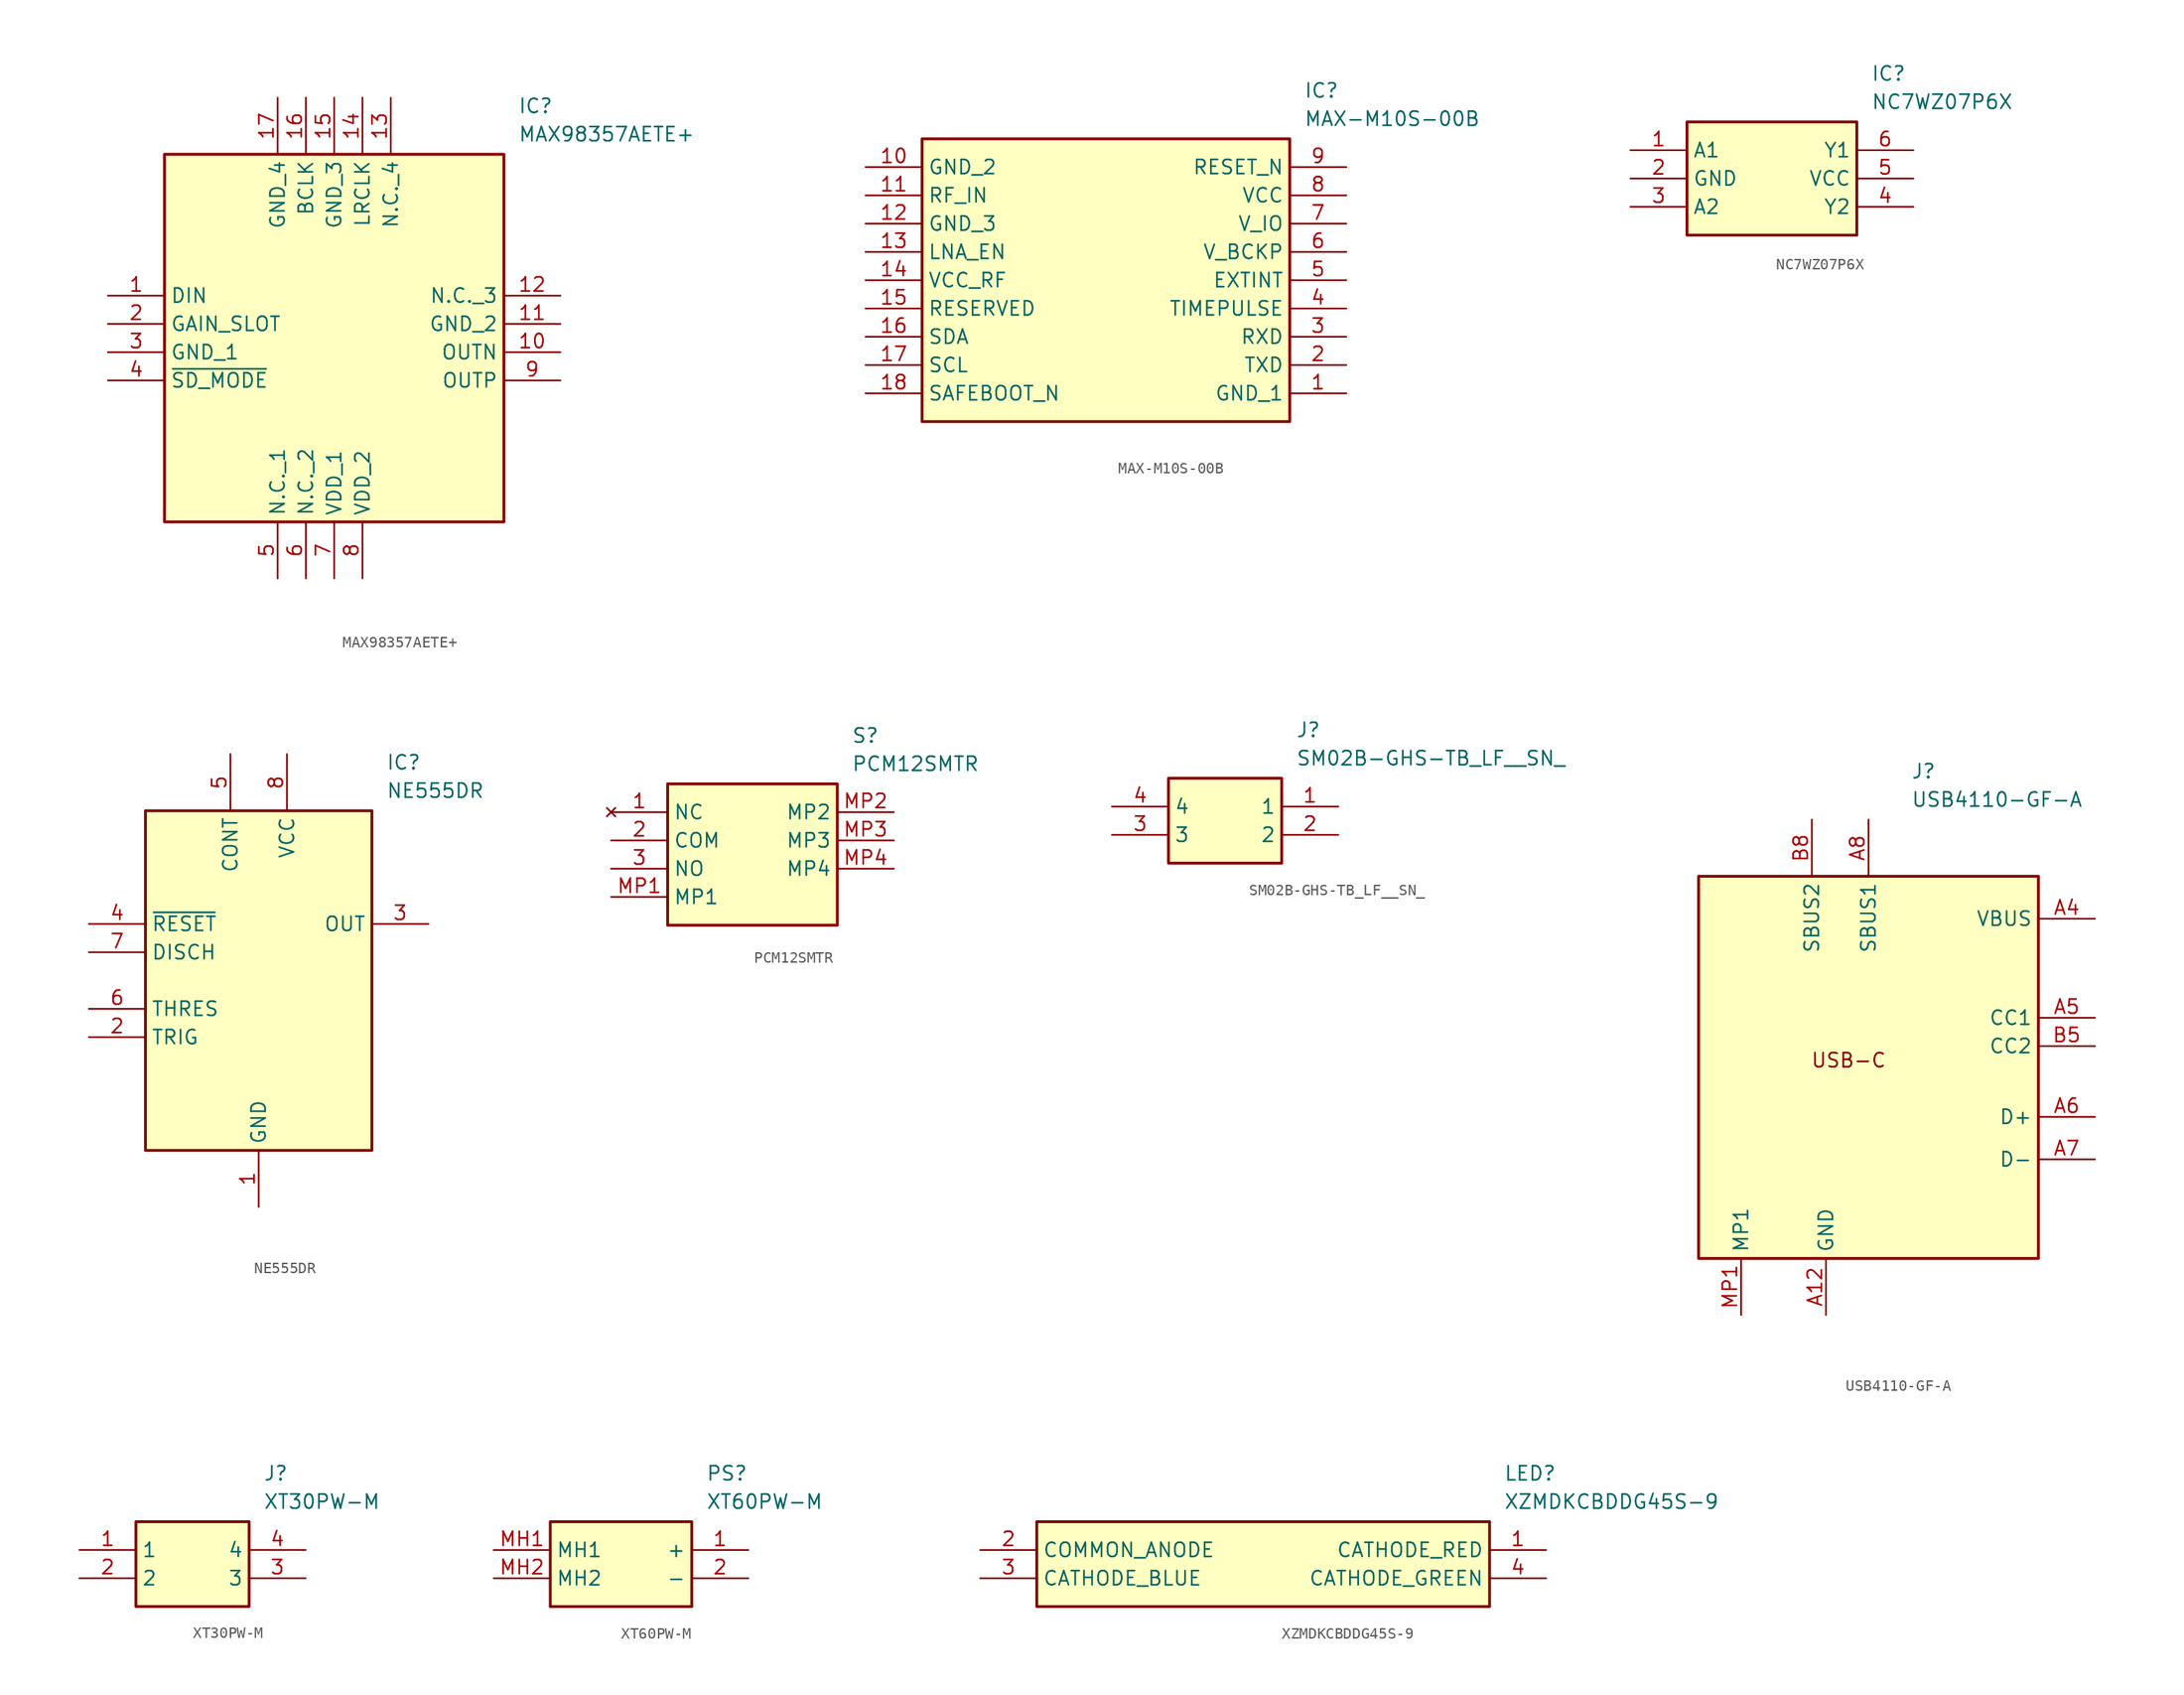
<source format=kicad_sym>
(kicad_symbol_lib
  (version 20241209)
  (generator "kicad_symbol_editor")
  (generator_version "9.0")
  (symbol "MAX98357AETE+"
    (property "Reference" "IC"
      (at 36.83 17.78 0)
      (effects (font (size 1.27 1.27)) (justify left top)))
    (property "Value" "MAX98357AETE+"
      (at 36.83 15.24 0)
      (effects (font (size 1.27 1.27)) (justify left top)))
    (symbol "MAX98357AETE+_1_1"
      (rectangle (start 5.08 12.7) (end 35.56 -20.32) (stroke (width 0.254) (type default)) (fill (type background)))
      (pin passive line (at 0 0 0) (length 5.08) (name "DIN" (effects (font (size 1.27 1.27)))) (number "1" (effects (font (size 1.27 1.27)))))
      (pin passive line (at 0 -2.54 0) (length 5.08) (name "GAIN_SLOT" (effects (font (size 1.27 1.27)))) (number "2" (effects (font (size 1.27 1.27)))))
      (pin passive line (at 0 -5.08 0) (length 5.08) (name "GND_1" (effects (font (size 1.27 1.27)))) (number "3" (effects (font (size 1.27 1.27)))))
      (pin passive line (at 0 -7.62 0) (length 5.08) (name "~{SD_MODE}" (effects (font (size 1.27 1.27)))) (number "4" (effects (font (size 1.27 1.27)))))
      (pin passive line (at 15.24 17.78 270) (length 5.08) (name "GND_4" (effects (font (size 1.27 1.27)))) (number "17" (effects (font (size 1.27 1.27)))))
      (pin passive line (at 15.24 -25.4 90) (length 5.08) (name "N.C._1" (effects (font (size 1.27 1.27)))) (number "5" (effects (font (size 1.27 1.27)))))
      (pin passive line (at 17.78 17.78 270) (length 5.08) (name "BCLK" (effects (font (size 1.27 1.27)))) (number "16" (effects (font (size 1.27 1.27)))))
      (pin passive line (at 17.78 -25.4 90) (length 5.08) (name "N.C._2" (effects (font (size 1.27 1.27)))) (number "6" (effects (font (size 1.27 1.27)))))
      (pin passive line (at 20.32 17.78 270) (length 5.08) (name "GND_3" (effects (font (size 1.27 1.27)))) (number "15" (effects (font (size 1.27 1.27)))))
      (pin passive line (at 20.32 -25.4 90) (length 5.08) (name "VDD_1" (effects (font (size 1.27 1.27)))) (number "7" (effects (font (size 1.27 1.27)))))
      (pin passive line (at 22.86 17.78 270) (length 5.08) (name "LRCLK" (effects (font (size 1.27 1.27)))) (number "14" (effects (font (size 1.27 1.27)))))
      (pin passive line (at 22.86 -25.4 90) (length 5.08) (name "VDD_2" (effects (font (size 1.27 1.27)))) (number "8" (effects (font (size 1.27 1.27)))))
      (pin passive line (at 25.4 17.78 270) (length 5.08) (name "N.C._4" (effects (font (size 1.27 1.27)))) (number "13" (effects (font (size 1.27 1.27)))))
      (pin passive line (at 40.64 0 180) (length 5.08) (name "N.C._3" (effects (font (size 1.27 1.27)))) (number "12" (effects (font (size 1.27 1.27)))))
      (pin passive line (at 40.64 -2.54 180) (length 5.08) (name "GND_2" (effects (font (size 1.27 1.27)))) (number "11" (effects (font (size 1.27 1.27)))))
      (pin passive line (at 40.64 -5.08 180) (length 5.08) (name "OUTN" (effects (font (size 1.27 1.27)))) (number "10" (effects (font (size 1.27 1.27)))))
      (pin passive line (at 40.64 -7.62 180) (length 5.08) (name "OUTP" (effects (font (size 1.27 1.27)))) (number "9" (effects (font (size 1.27 1.27)))))))
  (symbol "MAX-M10S-00B"
    (property "Reference" "IC"
      (at 39.37 7.62 0)
      (effects (font (size 1.27 1.27)) (justify left top)))
    (property "Value" "MAX-M10S-00B"
      (at 39.37 5.08 0)
      (effects (font (size 1.27 1.27)) (justify left top)))
    (symbol "MAX-M10S-00B_1_1"
      (rectangle (start 5.08 2.54) (end 38.1 -22.86) (stroke (width 0.254) (type default)) (fill (type background)))
      (pin passive line (at 0 0 0) (length 5.08) (name "GND_2" (effects (font (size 1.27 1.27)))) (number "10" (effects (font (size 1.27 1.27)))))
      (pin passive line (at 0 -2.54 0) (length 5.08) (name "RF_IN" (effects (font (size 1.27 1.27)))) (number "11" (effects (font (size 1.27 1.27)))))
      (pin passive line (at 0 -5.08 0) (length 5.08) (name "GND_3" (effects (font (size 1.27 1.27)))) (number "12" (effects (font (size 1.27 1.27)))))
      (pin passive line (at 0 -7.62 0) (length 5.08) (name "LNA_EN" (effects (font (size 1.27 1.27)))) (number "13" (effects (font (size 1.27 1.27)))))
      (pin passive line (at 0 -10.16 0) (length 5.08) (name "VCC_RF" (effects (font (size 1.27 1.27)))) (number "14" (effects (font (size 1.27 1.27)))))
      (pin passive line (at 0 -12.7 0) (length 5.08) (name "RESERVED" (effects (font (size 1.27 1.27)))) (number "15" (effects (font (size 1.27 1.27)))))
      (pin passive line (at 0 -15.24 0) (length 5.08) (name "SDA" (effects (font (size 1.27 1.27)))) (number "16" (effects (font (size 1.27 1.27)))))
      (pin passive line (at 0 -17.78 0) (length 5.08) (name "SCL" (effects (font (size 1.27 1.27)))) (number "17" (effects (font (size 1.27 1.27)))))
      (pin passive line (at 0 -20.32 0) (length 5.08) (name "SAFEBOOT_N" (effects (font (size 1.27 1.27)))) (number "18" (effects (font (size 1.27 1.27)))))
      (pin passive line (at 43.18 0 180) (length 5.08) (name "RESET_N" (effects (font (size 1.27 1.27)))) (number "9" (effects (font (size 1.27 1.27)))))
      (pin passive line (at 43.18 -2.54 180) (length 5.08) (name "VCC" (effects (font (size 1.27 1.27)))) (number "8" (effects (font (size 1.27 1.27)))))
      (pin passive line (at 43.18 -5.08 180) (length 5.08) (name "V_IO" (effects (font (size 1.27 1.27)))) (number "7" (effects (font (size 1.27 1.27)))))
      (pin passive line (at 43.18 -7.62 180) (length 5.08) (name "V_BCKP" (effects (font (size 1.27 1.27)))) (number "6" (effects (font (size 1.27 1.27)))))
      (pin passive line (at 43.18 -10.16 180) (length 5.08) (name "EXTINT" (effects (font (size 1.27 1.27)))) (number "5" (effects (font (size 1.27 1.27)))))
      (pin passive line (at 43.18 -12.7 180) (length 5.08) (name "TIMEPULSE" (effects (font (size 1.27 1.27)))) (number "4" (effects (font (size 1.27 1.27)))))
      (pin passive line (at 43.18 -15.24 180) (length 5.08) (name "RXD" (effects (font (size 1.27 1.27)))) (number "3" (effects (font (size 1.27 1.27)))))
      (pin passive line (at 43.18 -17.78 180) (length 5.08) (name "TXD" (effects (font (size 1.27 1.27)))) (number "2" (effects (font (size 1.27 1.27)))))
      (pin passive line (at 43.18 -20.32 180) (length 5.08) (name "GND_1" (effects (font (size 1.27 1.27)))) (number "1" (effects (font (size 1.27 1.27)))))))
  (symbol "NC7WZ07P6X"
    (property "Reference" "IC"
      (at 21.59 7.62 0)
      (effects (font (size 1.27 1.27)) (justify left top)))
    (property "Value" "NC7WZ07P6X"
      (at 21.59 5.08 0)
      (effects (font (size 1.27 1.27)) (justify left top)))
    (symbol "NC7WZ07P6X_1_1"
      (rectangle (start 5.08 2.54) (end 20.32 -7.62) (stroke (width 0.254) (type default)) (fill (type background)))
      (pin passive line (at 0 0 0) (length 5.08) (name "A1" (effects (font (size 1.27 1.27)))) (number "1" (effects (font (size 1.27 1.27)))))
      (pin passive line (at 0 -2.54 0) (length 5.08) (name "GND" (effects (font (size 1.27 1.27)))) (number "2" (effects (font (size 1.27 1.27)))))
      (pin passive line (at 0 -5.08 0) (length 5.08) (name "A2" (effects (font (size 1.27 1.27)))) (number "3" (effects (font (size 1.27 1.27)))))
      (pin passive line (at 25.4 0 180) (length 5.08) (name "Y1" (effects (font (size 1.27 1.27)))) (number "6" (effects (font (size 1.27 1.27)))))
      (pin passive line (at 25.4 -2.54 180) (length 5.08) (name "VCC" (effects (font (size 1.27 1.27)))) (number "5" (effects (font (size 1.27 1.27)))))
      (pin passive line (at 25.4 -5.08 180) (length 5.08) (name "Y2" (effects (font (size 1.27 1.27)))) (number "4" (effects (font (size 1.27 1.27)))))))
  (symbol "NE555DR"
    (property "Reference" "IC"
      (at 26.67 15.24 0)
      (effects (font (size 1.27 1.27)) (justify left top)))
    (property "Value" "NE555DR"
      (at 26.67 12.7 0)
      (effects (font (size 1.27 1.27)) (justify left top)))
    (symbol "NE555DR_1_1"
      (rectangle (start 5.08 10.16) (end 25.4 -20.32) (stroke (width 0.254) (type default)) (fill (type background)))
      (pin passive line (at 0 0 0) (length 5.08) (name "~{RESET}" (effects (font (size 1.27 1.27)))) (number "4" (effects (font (size 1.27 1.27)))))
      (pin passive line (at 0 -2.54 0) (length 5.08) (name "DISCH" (effects (font (size 1.27 1.27)))) (number "7" (effects (font (size 1.27 1.27)))))
      (pin passive line (at 0 -7.62 0) (length 5.08) (name "THRES" (effects (font (size 1.27 1.27)))) (number "6" (effects (font (size 1.27 1.27)))))
      (pin passive line (at 0 -10.16 0) (length 5.08) (name "TRIG" (effects (font (size 1.27 1.27)))) (number "2" (effects (font (size 1.27 1.27)))))
      (pin passive line (at 12.7 15.24 270) (length 5.08) (name "CONT" (effects (font (size 1.27 1.27)))) (number "5" (effects (font (size 1.27 1.27)))))
      (pin passive line (at 15.24 -25.4 90) (length 5.08) (name "GND" (effects (font (size 1.27 1.27)))) (number "1" (effects (font (size 1.27 1.27)))))
      (pin passive line (at 17.78 15.24 270) (length 5.08) (name "VCC" (effects (font (size 1.27 1.27)))) (number "8" (effects (font (size 1.27 1.27)))))
      (pin passive line (at 30.48 0 180) (length 5.08) (name "OUT" (effects (font (size 1.27 1.27)))) (number "3" (effects (font (size 1.27 1.27)))))))
  (symbol "PCM12SMTR"
    (property "Reference" "S"
      (at 21.59 7.62 0)
      (effects (font (size 1.27 1.27)) (justify left top)))
    (property "Value" "PCM12SMTR"
      (at 21.59 5.08 0)
      (effects (font (size 1.27 1.27)) (justify left top)))
    (symbol "PCM12SMTR_1_1"
      (rectangle (start 5.08 2.54) (end 20.32 -10.16) (stroke (width 0.254) (type default)) (fill (type background)))
      (pin no_connect line (at 0 0 0) (length 5.08) (name "NC" (effects (font (size 1.27 1.27)))) (number "1" (effects (font (size 1.27 1.27)))))
      (pin passive line (at 0 -2.54 0) (length 5.08) (name "COM" (effects (font (size 1.27 1.27)))) (number "2" (effects (font (size 1.27 1.27)))))
      (pin passive line (at 0 -5.08 0) (length 5.08) (name "NO" (effects (font (size 1.27 1.27)))) (number "3" (effects (font (size 1.27 1.27)))))
      (pin passive line (at 0 -7.62 0) (length 5.08) (name "MP1" (effects (font (size 1.27 1.27)))) (number "MP1" (effects (font (size 1.27 1.27)))))
      (pin passive line (at 25.4 0 180) (length 5.08) (name "MP2" (effects (font (size 1.27 1.27)))) (number "MP2" (effects (font (size 1.27 1.27)))))
      (pin passive line (at 25.4 -2.54 180) (length 5.08) (name "MP3" (effects (font (size 1.27 1.27)))) (number "MP3" (effects (font (size 1.27 1.27)))))
      (pin passive line (at 25.4 -5.08 180) (length 5.08) (name "MP4" (effects (font (size 1.27 1.27)))) (number "MP4" (effects (font (size 1.27 1.27)))))))
  (symbol "SM02B-GHS-TB_LF__SN_"
    (property "Reference" "J"
      (at 16.51 7.62 0)
      (effects (font (size 1.27 1.27)) (justify left top)))
    (property "Value" "SM02B-GHS-TB_LF__SN_"
      (at 16.51 5.08 0)
      (effects (font (size 1.27 1.27)) (justify left top)))
    (symbol "SM02B-GHS-TB_LF__SN__1_1"
      (rectangle (start 5.08 2.54) (end 15.24 -5.08) (stroke (width 0.254) (type default)) (fill (type background)))
      (pin passive line (at 0 0 0) (length 5.08) (name "4" (effects (font (size 1.27 1.27)))) (number "4" (effects (font (size 1.27 1.27)))))
      (pin passive line (at 0 -2.54 0) (length 5.08) (name "3" (effects (font (size 1.27 1.27)))) (number "3" (effects (font (size 1.27 1.27)))))
      (pin passive line (at 20.32 0 180) (length 5.08) (name "1" (effects (font (size 1.27 1.27)))) (number "1" (effects (font (size 1.27 1.27)))))
      (pin passive line (at 20.32 -2.54 180) (length 5.08) (name "2" (effects (font (size 1.27 1.27)))) (number "2" (effects (font (size 1.27 1.27)))))))
  (symbol "USB4110-GF-A"
    (property "Reference" "J"
      (at 3.81 25.4 0)
      (effects (font (size 1.27 1.27)) (justify left top)))
    (property "Value" "USB4110-GF-A"
      (at 3.81 22.86 0)
      (effects (font (size 1.27 1.27)) (justify left top)))
    (symbol "USB4110-GF-A_1_1"
      (rectangle (start -15.24 15.24) (end 15.24 -19.05) (stroke (width 0.254) (type default)) (fill (type background)))
      (text "USB-C" (at -1.778 -1.27 0) (effects (font (size 1.27 1.27))))
      (pin passive line (at -11.43 -24.13 90) (length 5.08) (name "MP1" (effects (font (size 1.27 1.27)))) (number "MP1" (effects (font (size 1.27 1.27)))))
      (pin passive line (at -11.43 -24.13 90) (length 5.08) (hide yes) (name "MP2" (effects (font (size 1.27 1.27)))) (number "MP2" (effects (font (size 1.27 1.27)))))
      (pin passive line (at -11.43 -24.13 90) (length 5.08) (hide yes) (name "MP3" (effects (font (size 1.27 1.27)))) (number "MP3" (effects (font (size 1.27 1.27)))))
      (pin passive line (at -11.43 -24.13 90) (length 5.08) (hide yes) (name "MP4" (effects (font (size 1.27 1.27)))) (number "MP4" (effects (font (size 1.27 1.27)))))
      (pin passive line (at -5.08 20.32 270) (length 5.08) (name "SBUS2" (effects (font (size 1.27 1.27)))) (number "B8" (effects (font (size 1.27 1.27)))))
      (pin passive line (at -3.81 -24.13 90) (length 5.08) (hide yes) (name "GND" (effects (font (size 1.27 1.27)))) (number "A1" (effects (font (size 1.27 1.27)))))
      (pin passive line (at -3.81 -24.13 90) (length 5.08) (name "GND" (effects (font (size 1.27 1.27)))) (number "A12" (effects (font (size 1.27 1.27)))))
      (pin passive line (at -3.81 -24.13 90) (length 5.08) (hide yes) (name "GND" (effects (font (size 1.27 1.27)))) (number "B1" (effects (font (size 1.27 1.27)))))
      (pin passive line (at -3.81 -24.13 90) (length 5.08) (hide yes) (name "GND" (effects (font (size 1.27 1.27)))) (number "B12" (effects (font (size 1.27 1.27)))))
      (pin passive line (at 0 20.32 270) (length 5.08) (name "SBUS1" (effects (font (size 1.27 1.27)))) (number "A8" (effects (font (size 1.27 1.27)))))
      (pin passive line (at 20.32 11.43 180) (length 5.08) (name "VBUS" (effects (font (size 1.27 1.27)))) (number "A4" (effects (font (size 1.27 1.27)))))
      (pin passive line (at 20.32 11.43 180) (length 5.08) (hide yes) (name "VBUS" (effects (font (size 1.27 1.27)))) (number "A9" (effects (font (size 1.27 1.27)))))
      (pin passive line (at 20.32 11.43 180) (length 5.08) (hide yes) (name "VBUS" (effects (font (size 1.27 1.27)))) (number "B4" (effects (font (size 1.27 1.27)))))
      (pin passive line (at 20.32 11.43 180) (length 5.08) (hide yes) (name "VBUS" (effects (font (size 1.27 1.27)))) (number "B9" (effects (font (size 1.27 1.27)))))
      (pin passive line (at 20.32 2.54 180) (length 5.08) (name "CC1" (effects (font (size 1.27 1.27)))) (number "A5" (effects (font (size 1.27 1.27)))))
      (pin passive line (at 20.32 0 180) (length 5.08) (name "CC2" (effects (font (size 1.27 1.27)))) (number "B5" (effects (font (size 1.27 1.27)))))
      (pin passive line (at 20.32 -6.35 180) (length 5.08) (name "D+" (effects (font (size 1.27 1.27)))) (number "A6" (effects (font (size 1.27 1.27)))))
      (pin passive line (at 20.32 -6.35 180) (length 5.08) (hide yes) (name "D+" (effects (font (size 1.27 1.27)))) (number "B6" (effects (font (size 1.27 1.27)))))
      (pin passive line (at 20.32 -10.16 180) (length 5.08) (name "D-" (effects (font (size 1.27 1.27)))) (number "A7" (effects (font (size 1.27 1.27)))))
      (pin passive line (at 20.32 -10.16 180) (length 5.08) (hide yes) (name "D-" (effects (font (size 1.27 1.27)))) (number "B7" (effects (font (size 1.27 1.27)))))))
  (symbol "XT30PW-M"
    (property "Reference" "J"
      (at 16.51 7.62 0)
      (effects (font (size 1.27 1.27)) (justify left top)))
    (property "Value" "XT30PW-M"
      (at 16.51 5.08 0)
      (effects (font (size 1.27 1.27)) (justify left top)))
    (symbol "XT30PW-M_1_1"
      (rectangle (start 5.08 2.54) (end 15.24 -5.08) (stroke (width 0.254) (type default)) (fill (type background)))
      (pin passive line (at 0 0 0) (length 5.08) (name "1" (effects (font (size 1.27 1.27)))) (number "1" (effects (font (size 1.27 1.27)))))
      (pin passive line (at 0 -2.54 0) (length 5.08) (name "2" (effects (font (size 1.27 1.27)))) (number "2" (effects (font (size 1.27 1.27)))))
      (pin passive line (at 20.32 0 180) (length 5.08) (name "4" (effects (font (size 1.27 1.27)))) (number "4" (effects (font (size 1.27 1.27)))))
      (pin passive line (at 20.32 -2.54 180) (length 5.08) (name "3" (effects (font (size 1.27 1.27)))) (number "3" (effects (font (size 1.27 1.27)))))))
  (symbol "XT60PW-M"
    (property "Reference" "PS"
      (at 19.05 7.62 0)
      (effects (font (size 1.27 1.27)) (justify left top)))
    (property "Value" "XT60PW-M"
      (at 19.05 5.08 0)
      (effects (font (size 1.27 1.27)) (justify left top)))
    (symbol "XT60PW-M_1_1"
      (rectangle (start 5.08 2.54) (end 17.78 -5.08) (stroke (width 0.254) (type default)) (fill (type background)))
      (pin passive line (at 0 0 0) (length 5.08) (name "MH1" (effects (font (size 1.27 1.27)))) (number "MH1" (effects (font (size 1.27 1.27)))))
      (pin passive line (at 0 -2.54 0) (length 5.08) (name "MH2" (effects (font (size 1.27 1.27)))) (number "MH2" (effects (font (size 1.27 1.27)))))
      (pin passive line (at 22.86 0 180) (length 5.08) (name "+" (effects (font (size 1.27 1.27)))) (number "1" (effects (font (size 1.27 1.27)))))
      (pin passive line (at 22.86 -2.54 180) (length 5.08) (name "-" (effects (font (size 1.27 1.27)))) (number "2" (effects (font (size 1.27 1.27)))))))
  (symbol "XZMDKCBDDG45S-9"
    (property "Reference" "LED"
      (at 46.99 7.62 0)
      (effects (font (size 1.27 1.27)) (justify left top)))
    (property "Value" "XZMDKCBDDG45S-9"
      (at 46.99 5.08 0)
      (effects (font (size 1.27 1.27)) (justify left top)))
    (symbol "XZMDKCBDDG45S-9_1_1"
      (rectangle (start 5.08 2.54) (end 45.72 -5.08) (stroke (width 0.254) (type default)) (fill (type background)))
      (pin passive line (at 0 0 0) (length 5.08) (name "COMMON_ANODE" (effects (font (size 1.27 1.27)))) (number "2" (effects (font (size 1.27 1.27)))))
      (pin passive line (at 0 -2.54 0) (length 5.08) (name "CATHODE_BLUE" (effects (font (size 1.27 1.27)))) (number "3" (effects (font (size 1.27 1.27)))))
      (pin passive line (at 50.8 0 180) (length 5.08) (name "CATHODE_RED" (effects (font (size 1.27 1.27)))) (number "1" (effects (font (size 1.27 1.27)))))
      (pin passive line (at 50.8 -2.54 180) (length 5.08) (name "CATHODE_GREEN" (effects (font (size 1.27 1.27)))) (number "4" (effects (font (size 1.27 1.27))))))))
</source>
